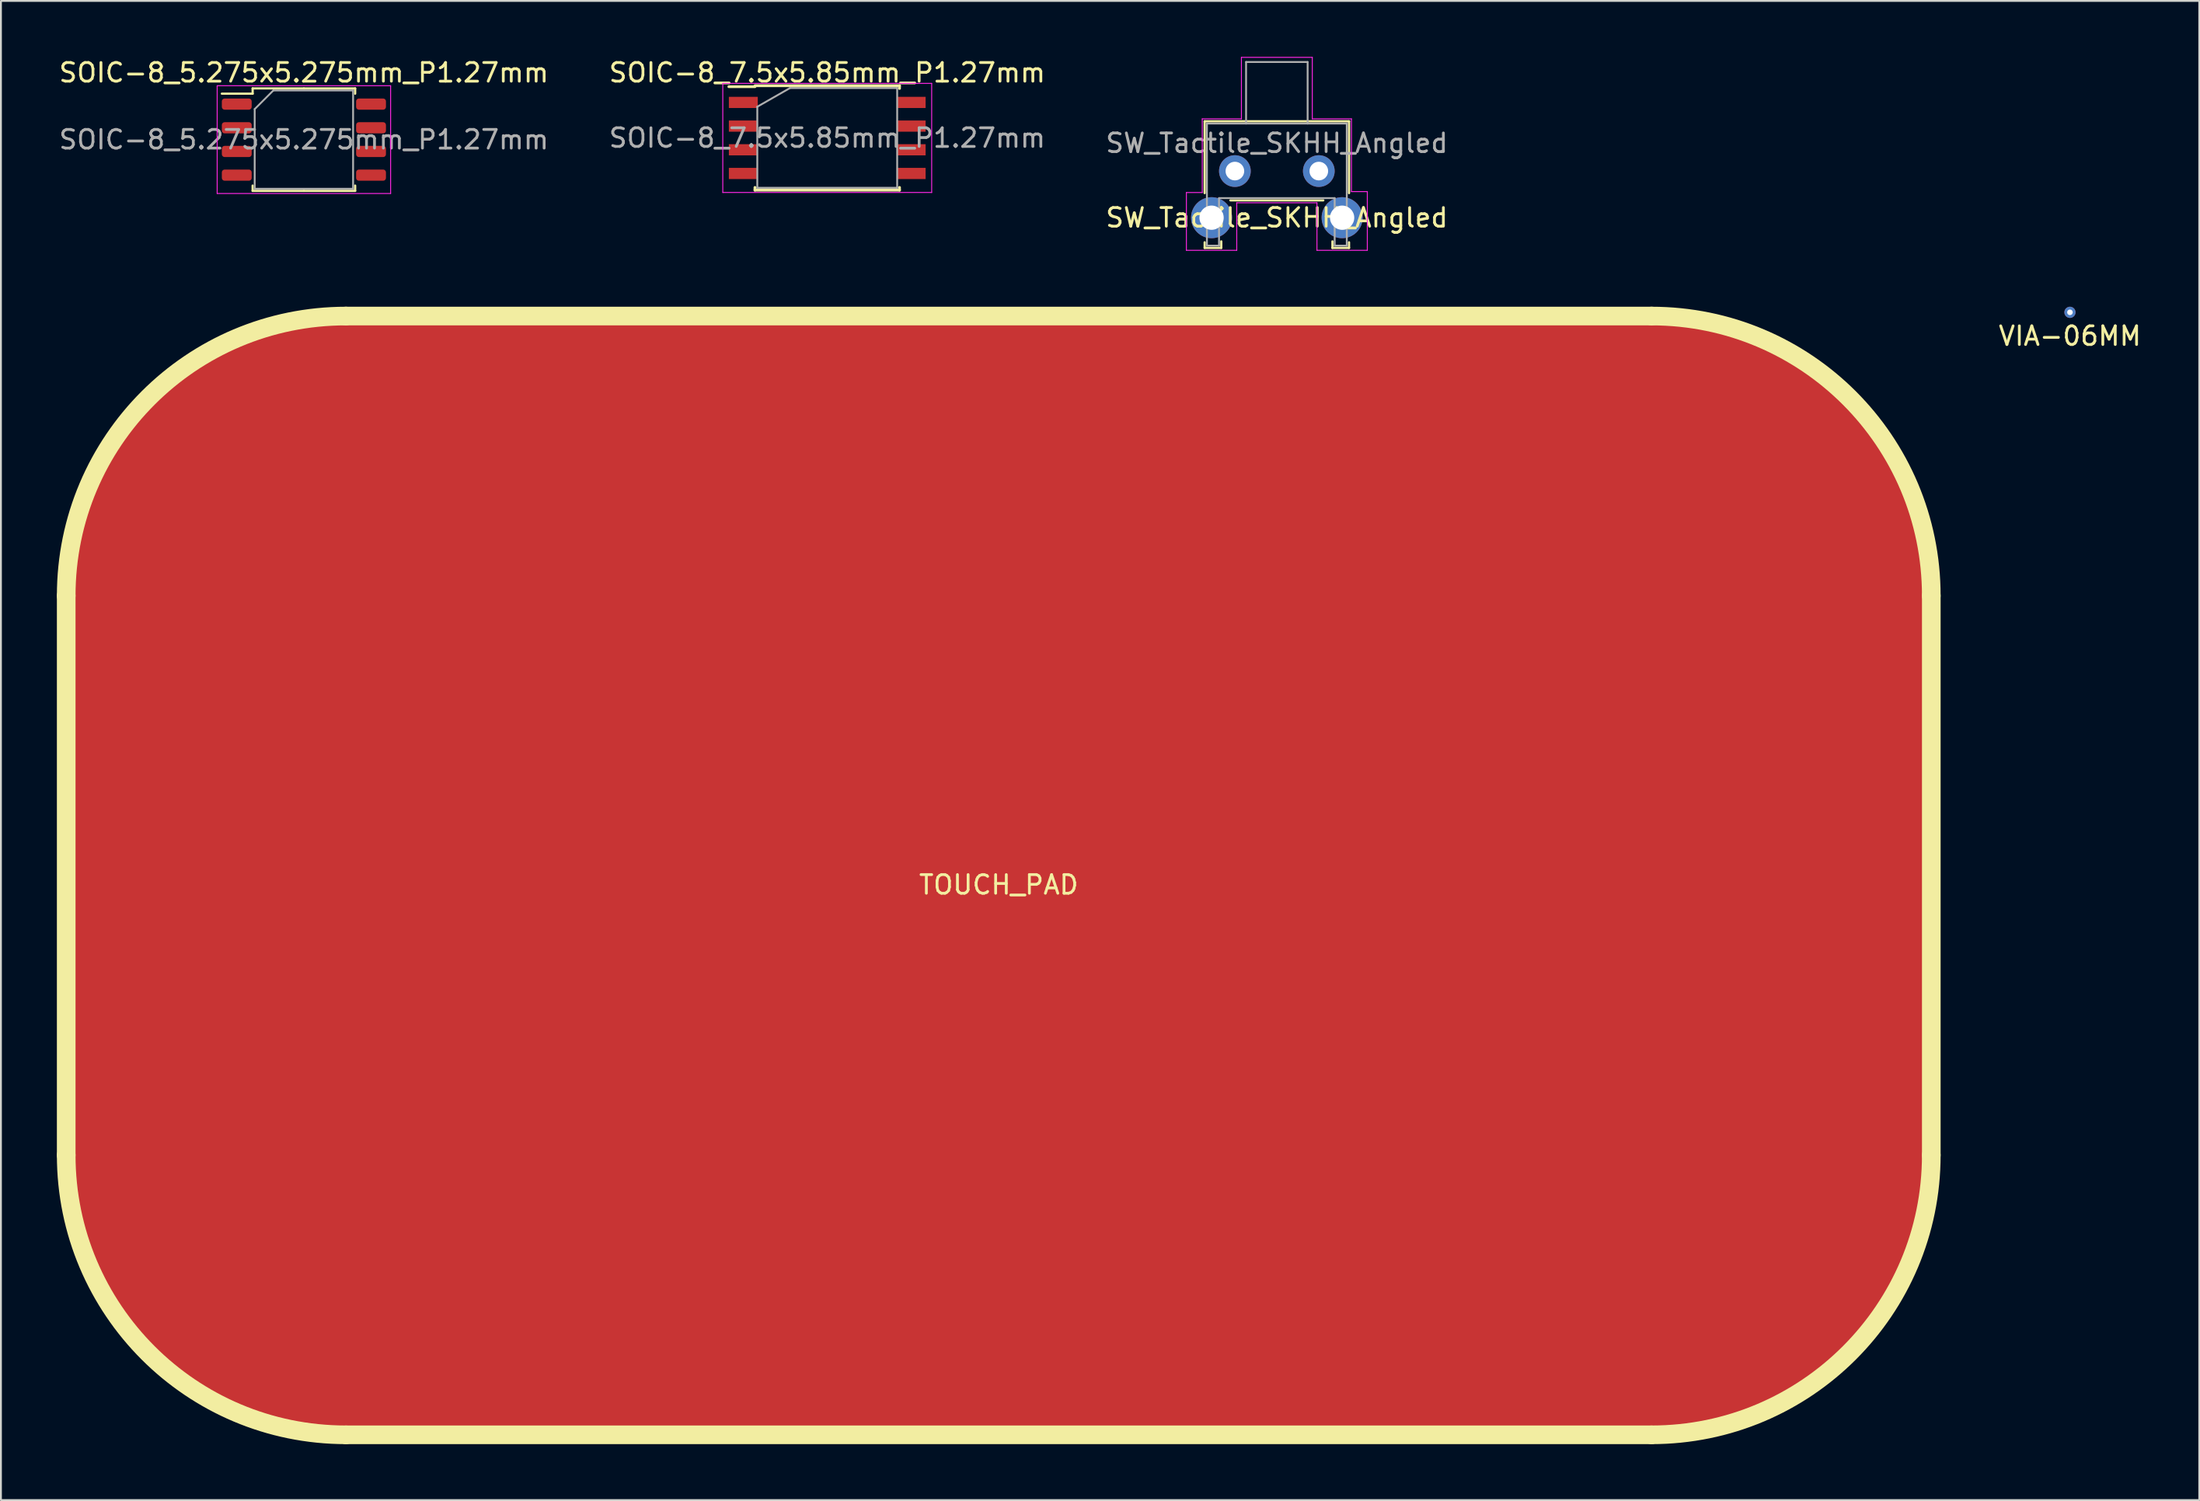
<source format=kicad_pcb>
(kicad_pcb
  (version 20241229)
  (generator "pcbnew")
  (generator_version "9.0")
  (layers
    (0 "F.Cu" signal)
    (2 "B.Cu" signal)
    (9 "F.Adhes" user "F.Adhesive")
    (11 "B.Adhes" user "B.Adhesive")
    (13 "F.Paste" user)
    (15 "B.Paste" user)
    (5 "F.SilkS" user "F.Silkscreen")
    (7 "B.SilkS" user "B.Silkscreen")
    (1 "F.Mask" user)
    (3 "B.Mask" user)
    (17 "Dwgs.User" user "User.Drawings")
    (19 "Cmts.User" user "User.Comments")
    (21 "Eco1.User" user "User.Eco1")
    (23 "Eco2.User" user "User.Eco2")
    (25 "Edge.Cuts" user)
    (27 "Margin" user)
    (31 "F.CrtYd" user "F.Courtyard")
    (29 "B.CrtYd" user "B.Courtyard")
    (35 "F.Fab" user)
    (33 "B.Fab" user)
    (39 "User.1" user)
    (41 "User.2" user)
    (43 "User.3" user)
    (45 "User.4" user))
  (footprint "SW_Tactile_SKHH_Angled"
    (layer "F.Cu")
    (at 63.161 6.125)
    (property "Reference" "SW_Tactile_SKHH_Angled" (at 2.25 2.5 0) (layer "F.SilkS") (effects (font (size 1 1) (thickness 0.15))))
    (attr through_hole)
    (fp_circle (center -1.25 2.5) (end -1.885 2.5) (stroke (width 0) (type solid)) (fill yes) (layer "F.Mask"))
    (fp_circle (center 0 0) (end -0.445 0) (stroke (width 0) (type solid)) (fill yes) (layer "F.Mask"))
    (fp_circle (center 4.5 0) (end 4.056 0) (stroke (width 0) (type solid)) (fill yes) (layer "F.Mask"))
    (fp_circle (center 5.75 2.5) (end 5.115 2.5) (stroke (width 0) (type solid)) (fill yes) (layer "F.Mask"))
    (fp_circle (center -1.25 2.5) (end -2.393 2.5) (stroke (width 0) (type solid)) (fill yes) (layer "B.Mask"))
    (fp_circle (center 0 0) (end -0.889 0) (stroke (width 0) (type solid)) (fill yes) (layer "B.Mask"))
    (fp_circle (center 4.5 0) (end 3.611 0) (stroke (width 0) (type solid)) (fill yes) (layer "B.Mask"))
    (fp_circle (center 5.75 2.5) (end 4.607 2.5) (stroke (width 0) (type solid)) (fill yes) (layer "B.Mask"))
    (fp_line (start -1.62 -2.67) (end -1.62 1.18) (stroke (width 0.12) (type solid)) (layer "F.SilkS"))
    (fp_line (start -1.62 3.82) (end -1.62 4.12) (stroke (width 0.12) (type solid)) (layer "F.SilkS"))
    (fp_line (start -0.73 4.12) (end -1.62 4.12) (stroke (width 0.12) (type solid)) (layer "F.SilkS"))
    (fp_line (start -0.73 4.12) (end -0.73 3.77) (stroke (width 0.12) (type solid)) (layer "F.SilkS"))
    (fp_line (start -0.24 1.57) (end 4.74 1.57) (stroke (width 0.12) (type solid)) (layer "F.SilkS"))
    (fp_line (start 5.23 4.12) (end 5.23 3.77) (stroke (width 0.12) (type solid)) (layer "F.SilkS"))
    (fp_line (start 6.12 -2.67) (end -1.62 -2.67) (stroke (width 0.12) (type solid)) (layer "F.SilkS"))
    (fp_line (start 6.12 1.18) (end 6.12 -2.67) (stroke (width 0.12) (type solid)) (layer "F.SilkS"))
    (fp_line (start 6.12 3.82) (end 6.12 4.12) (stroke (width 0.12) (type solid)) (layer "F.SilkS"))
    (fp_line (start 6.12 4.12) (end 5.23 4.12) (stroke (width 0.12) (type solid)) (layer "F.SilkS"))
    (fp_line (start -2.6 1.15) (end -1.75 1.15) (stroke (width 0.05) (type solid)) (layer "F.CrtYd"))
    (fp_line (start -2.6 4.25) (end -2.6 1.15) (stroke (width 0.05) (type solid)) (layer "F.CrtYd"))
    (fp_line (start -1.75 1.15) (end -1.75 -2.8) (stroke (width 0.05) (type solid)) (layer "F.CrtYd"))
    (fp_line (start 0.1 1.7) (end 4.4 1.7) (stroke (width 0.05) (type solid)) (layer "F.CrtYd"))
    (fp_line (start 0.1 4.25) (end -2.6 4.25) (stroke (width 0.05) (type solid)) (layer "F.CrtYd"))
    (fp_line (start 0.1 4.25) (end 0.1 1.7) (stroke (width 0.05) (type solid)) (layer "F.CrtYd"))
    (fp_line (start 0.35 -6.1) (end 0.35 -2.8) (stroke (width 0.05) (type solid)) (layer "F.CrtYd"))
    (fp_line (start 0.35 -2.8) (end -1.75 -2.8) (stroke (width 0.05) (type solid)) (layer "F.CrtYd"))
    (fp_line (start 4.15 -6.1) (end 0.35 -6.1) (stroke (width 0.05) (type solid)) (layer "F.CrtYd"))
    (fp_line (start 4.15 -2.8) (end 4.15 -6.1) (stroke (width 0.05) (type solid)) (layer "F.CrtYd"))
    (fp_line (start 4.4 1.7) (end 4.4 4.25) (stroke (width 0.05) (type solid)) (layer "F.CrtYd"))
    (fp_line (start 4.4 4.25) (end 7.1 4.25) (stroke (width 0.05) (type solid)) (layer "F.CrtYd"))
    (fp_line (start 6.25 -2.8) (end 4.15 -2.8) (stroke (width 0.05) (type solid)) (layer "F.CrtYd"))
    (fp_line (start 6.25 1.1) (end 6.25 -2.8) (stroke (width 0.05) (type solid)) (layer "F.CrtYd"))
    (fp_line (start 7.1 1.1) (end 6.25 1.1) (stroke (width 0.05) (type solid)) (layer "F.CrtYd"))
    (fp_line (start 7.1 4.25) (end 7.1 1.1) (stroke (width 0.05) (type solid)) (layer "F.CrtYd"))
    (fp_line (start -1.5 4) (end -1.5 -2.55) (stroke (width 0.1) (type solid)) (layer "F.Fab"))
    (fp_line (start -0.85 1.45) (end -0.85 4) (stroke (width 0.1) (type solid)) (layer "F.Fab"))
    (fp_line (start -0.85 4) (end -1.5 4) (stroke (width 0.1) (type solid)) (layer "F.Fab"))
    (fp_line (start 0.6 -5.85) (end 3.9 -5.85) (stroke (width 0.1) (type solid)) (layer "F.Fab"))
    (fp_line (start 0.6 -2.55) (end 0.6 -5.85) (stroke (width 0.1) (type solid)) (layer "F.Fab"))
    (fp_line (start 3.9 -2.55) (end 3.9 -5.85) (stroke (width 0.1) (type solid)) (layer "F.Fab"))
    (fp_line (start 5.35 1.45) (end -0.85 1.45) (stroke (width 0.1) (type solid)) (layer "F.Fab"))
    (fp_line (start 5.35 1.45) (end 5.35 4) (stroke (width 0.1) (type solid)) (layer "F.Fab"))
    (fp_line (start 6 -2.55) (end -1.5 -2.55) (stroke (width 0.1) (type solid)) (layer "F.Fab"))
    (fp_line (start 6 -2.55) (end 6 4) (stroke (width 0.1) (type solid)) (layer "F.Fab"))
    (fp_line (start 6 4) (end 5.35 4) (stroke (width 0.1) (type solid)) (layer "F.Fab"))
    (fp_text user "${REFERENCE}" (at 2.25 -1.5 0) (layer "F.Fab") (effects (font (size 1 1) (thickness 0.15))))
    (pad "" thru_hole circle (at -1.25 2.5 180) (size 2.2 2.2) (drill 1.3) (layers "*.Cu" "*.Mask"))
    (pad "" thru_hole circle (at 5.75 2.5 180) (size 2.2 2.2) (drill 1.3) (layers "*.Cu" "*.Mask"))
    (pad "1" thru_hole circle (at 0 0 180) (size 1.7 1.7) (drill 1) (layers "*.Cu" "*.Mask"))
    (pad "2" thru_hole circle (at 4.5 0 180) (size 1.7 1.7) (drill 1) (layers "*.Cu" "*.Mask")))
  (footprint "SOIC-8_7.5x5.85mm_P1.27mm"
    (layer "F.Cu")
    (at 41.304 4.348)
    (property "Reference" "SOIC-8_7.5x5.85mm_P1.27mm" (at 0 -3.5 0) (layer "F.SilkS") (effects (font (size 1 1) (thickness 0.15))))
    (attr smd)
    (fp_line (start -3.875 -2.8) (end 3.875 -2.8) (stroke (width 0.15) (type solid)) (layer "F.SilkS"))
    (fp_line (start -3.875 -2.75) (end -5.275 -2.75) (stroke (width 0.15) (type solid)) (layer "F.SilkS"))
    (fp_line (start -3.875 2.8) (end -3.875 2.655) (stroke (width 0.15) (type solid)) (layer "F.SilkS"))
    (fp_line (start -3.875 2.8) (end 3.875 2.8) (stroke (width 0.15) (type solid)) (layer "F.SilkS"))
    (fp_line (start 3.875 -2.8) (end 3.875 -2.655) (stroke (width 0.15) (type solid)) (layer "F.SilkS"))
    (fp_line (start 3.875 2.8) (end 3.875 2.655) (stroke (width 0.15) (type solid)) (layer "F.SilkS"))
    (fp_line (start -5.6 -2.925) (end -5.6 2.925) (stroke (width 0.05) (type solid)) (layer "F.CrtYd"))
    (fp_line (start -5.6 -2.925) (end 5.6 -2.925) (stroke (width 0.05) (type solid)) (layer "F.CrtYd"))
    (fp_line (start -5.6 2.925) (end 5.6 2.925) (stroke (width 0.05) (type solid)) (layer "F.CrtYd"))
    (fp_line (start 5.6 -2.925) (end 5.6 2.925) (stroke (width 0.05) (type solid)) (layer "F.CrtYd"))
    (fp_line (start -3.75 -1.675) (end -2 -2.675) (stroke (width 0.1) (type solid)) (layer "F.Fab"))
    (fp_line (start -3.75 2.675) (end -3.75 -1.675) (stroke (width 0.1) (type solid)) (layer "F.Fab"))
    (fp_line (start -2 -2.675) (end 3.75 -2.675) (stroke (width 0.1) (type solid)) (layer "F.Fab"))
    (fp_line (start 3.75 -2.675) (end 3.75 2.675) (stroke (width 0.1) (type solid)) (layer "F.Fab"))
    (fp_line (start 3.75 2.675) (end -3.75 2.675) (stroke (width 0.1) (type solid)) (layer "F.Fab"))
    (fp_text user "${REFERENCE}" (at 0 0 0) (layer "F.Fab") (effects (font (size 1 1) (thickness 0.15))))
    (pad "1" smd rect (at -4.5 -1.905) (size 1.55 0.6) (layers "F.Cu" "F.Mask" "F.Paste"))
    (pad "2" smd rect (at -4.5 -0.635) (size 1.55 0.6) (layers "F.Cu" "F.Mask" "F.Paste"))
    (pad "3" smd rect (at -4.5 0.635) (size 1.55 0.6) (layers "F.Cu" "F.Mask" "F.Paste"))
    (pad "4" smd rect (at -4.5 1.905) (size 1.55 0.6) (layers "F.Cu" "F.Mask" "F.Paste"))
    (pad "5" smd rect (at 4.5 1.905) (size 1.55 0.6) (layers "F.Cu" "F.Mask" "F.Paste"))
    (pad "6" smd rect (at 4.5 0.635) (size 1.55 0.6) (layers "F.Cu" "F.Mask" "F.Paste"))
    (pad "7" smd rect (at 4.5 -0.635) (size 1.55 0.6) (layers "F.Cu" "F.Mask" "F.Paste"))
    (pad "8" smd rect (at 4.5 -1.905) (size 1.55 0.6) (layers "F.Cu" "F.Mask" "F.Paste")))
  (footprint "SOIC-8_5.275x5.275mm_P1.27mm"
    (layer "F.Cu")
    (at 13.244 4.438)
    (property "Reference" "SOIC-8_5.275x5.275mm_P1.27mm" (at 0 -3.59 0) (layer "F.SilkS") (effects (font (size 1 1) (thickness 0.15))))
    (attr smd)
    (fp_line (start -2.748 -2.748) (end -2.748 -2.465) (stroke (width 0.12) (type solid)) (layer "F.SilkS"))
    (fp_line (start -2.748 -2.465) (end -4.4 -2.465) (stroke (width 0.12) (type solid)) (layer "F.SilkS"))
    (fp_line (start -2.748 2.748) (end -2.748 2.465) (stroke (width 0.12) (type solid)) (layer "F.SilkS"))
    (fp_line (start 0 -2.748) (end -2.748 -2.748) (stroke (width 0.12) (type solid)) (layer "F.SilkS"))
    (fp_line (start 0 -2.748) (end 2.748 -2.748) (stroke (width 0.12) (type solid)) (layer "F.SilkS"))
    (fp_line (start 0 2.748) (end -2.748 2.748) (stroke (width 0.12) (type solid)) (layer "F.SilkS"))
    (fp_line (start 0 2.748) (end 2.748 2.748) (stroke (width 0.12) (type solid)) (layer "F.SilkS"))
    (fp_line (start 2.748 -2.748) (end 2.748 -2.465) (stroke (width 0.12) (type solid)) (layer "F.SilkS"))
    (fp_line (start 2.748 2.748) (end 2.748 2.465) (stroke (width 0.12) (type solid)) (layer "F.SilkS"))
    (fp_line (start -4.65 -2.89) (end -4.65 2.89) (stroke (width 0.05) (type solid)) (layer "F.CrtYd"))
    (fp_line (start -4.65 2.89) (end 4.65 2.89) (stroke (width 0.05) (type solid)) (layer "F.CrtYd"))
    (fp_line (start 4.65 -2.89) (end -4.65 -2.89) (stroke (width 0.05) (type solid)) (layer "F.CrtYd"))
    (fp_line (start 4.65 2.89) (end 4.65 -2.89) (stroke (width 0.05) (type solid)) (layer "F.CrtYd"))
    (fp_line (start -2.638 -1.637) (end -1.637 -2.638) (stroke (width 0.1) (type solid)) (layer "F.Fab"))
    (fp_line (start -2.638 2.638) (end -2.638 -1.637) (stroke (width 0.1) (type solid)) (layer "F.Fab"))
    (fp_line (start -1.637 -2.638) (end 2.638 -2.638) (stroke (width 0.1) (type solid)) (layer "F.Fab"))
    (fp_line (start 2.638 -2.638) (end 2.638 2.638) (stroke (width 0.1) (type solid)) (layer "F.Fab"))
    (fp_line (start 2.638 2.638) (end -2.638 2.638) (stroke (width 0.1) (type solid)) (layer "F.Fab"))
    (fp_text user "${REFERENCE}" (at 0 0 0) (layer "F.Fab") (effects (font (size 1 1) (thickness 0.15))))
    (pad "1" smd roundrect (at -3.6 -1.905) (size 1.6 0.6) (layers "F.Cu" "F.Mask" "F.Paste") (roundrect_rratio 0.25))
    (pad "2" smd roundrect (at -3.6 -0.635) (size 1.6 0.6) (layers "F.Cu" "F.Mask" "F.Paste") (roundrect_rratio 0.25))
    (pad "3" smd roundrect (at -3.6 0.635) (size 1.6 0.6) (layers "F.Cu" "F.Mask" "F.Paste") (roundrect_rratio 0.25))
    (pad "4" smd roundrect (at -3.6 1.905) (size 1.6 0.6) (layers "F.Cu" "F.Mask" "F.Paste") (roundrect_rratio 0.25))
    (pad "5" smd roundrect (at 3.6 1.905) (size 1.6 0.6) (layers "F.Cu" "F.Mask" "F.Paste") (roundrect_rratio 0.25))
    (pad "6" smd roundrect (at 3.6 0.635) (size 1.6 0.6) (layers "F.Cu" "F.Mask" "F.Paste") (roundrect_rratio 0.25))
    (pad "7" smd roundrect (at 3.6 -0.635) (size 1.6 0.6) (layers "F.Cu" "F.Mask" "F.Paste") (roundrect_rratio 0.25))
    (pad "8" smd roundrect (at 3.6 -1.905) (size 1.6 0.6) (layers "F.Cu" "F.Mask" "F.Paste") (roundrect_rratio 0.25)))
  (footprint "TOUCH_PAD"
    (layer "F.Cu")
    (at 50.5 43.9)
    (property "Reference" "TOUCH_PAD" (at 0 0.5 0) (layer "F.SilkS") (effects (font (size 1 1) (thickness 0.15))))
    (attr through_hole)
    (fp_line (start -50 15) (end -50 -15) (stroke (width 1) (type solid)) (layer "F.SilkS"))
    (fp_line (start -35 -30) (end 35 -30) (stroke (width 1) (type solid)) (layer "F.SilkS"))
    (fp_line (start 35 30) (end -35 30) (stroke (width 1) (type solid)) (layer "F.SilkS"))
    (fp_line (start 50 15) (end 50 -15) (stroke (width 1) (type solid)) (layer "F.SilkS"))
    (fp_arc (start -50 -15) (mid -45.606602 -25.606602) (end -35 -30) (stroke (width 1) (type solid)) (layer "F.SilkS"))
    (fp_arc (start -35 30) (mid -45.606602 25.606602) (end -50 15) (stroke (width 1) (type solid)) (layer "F.SilkS"))
    (fp_arc (start 35 -30) (mid 45.606602 -25.606602) (end 50 -15) (stroke (width 1) (type solid)) (layer "F.SilkS"))
    (fp_arc (start 50 15) (mid 45.606602 25.606602) (end 35 30) (stroke (width 1) (type solid)) (layer "F.SilkS"))
    (pad "1" smd roundrect (at 0 0) (size 100 60) (layers "F.Cu") (roundrect_rratio 0.25)))
  (footprint "VIA-06MM"
    (layer "F.Cu")
    (at 107.935 13.7)
    (property "Reference" "VIA-06MM" (at 0 1.27 0) (layer "F.SilkS") (effects (font (size 1 1) (thickness 0.15))))
    (attr through_hole)
    (pad "" thru_hole circle (at 0 0) (size 0.6 0.6) (drill 0.3) (layers "*.Cu")))
  (gr_rect
    (start -3 -3)
    (end 114.869 77.4)
    (stroke (width 0.1) (type default))
    (fill no)
    (layer "Edge.Cuts")))
</source>
